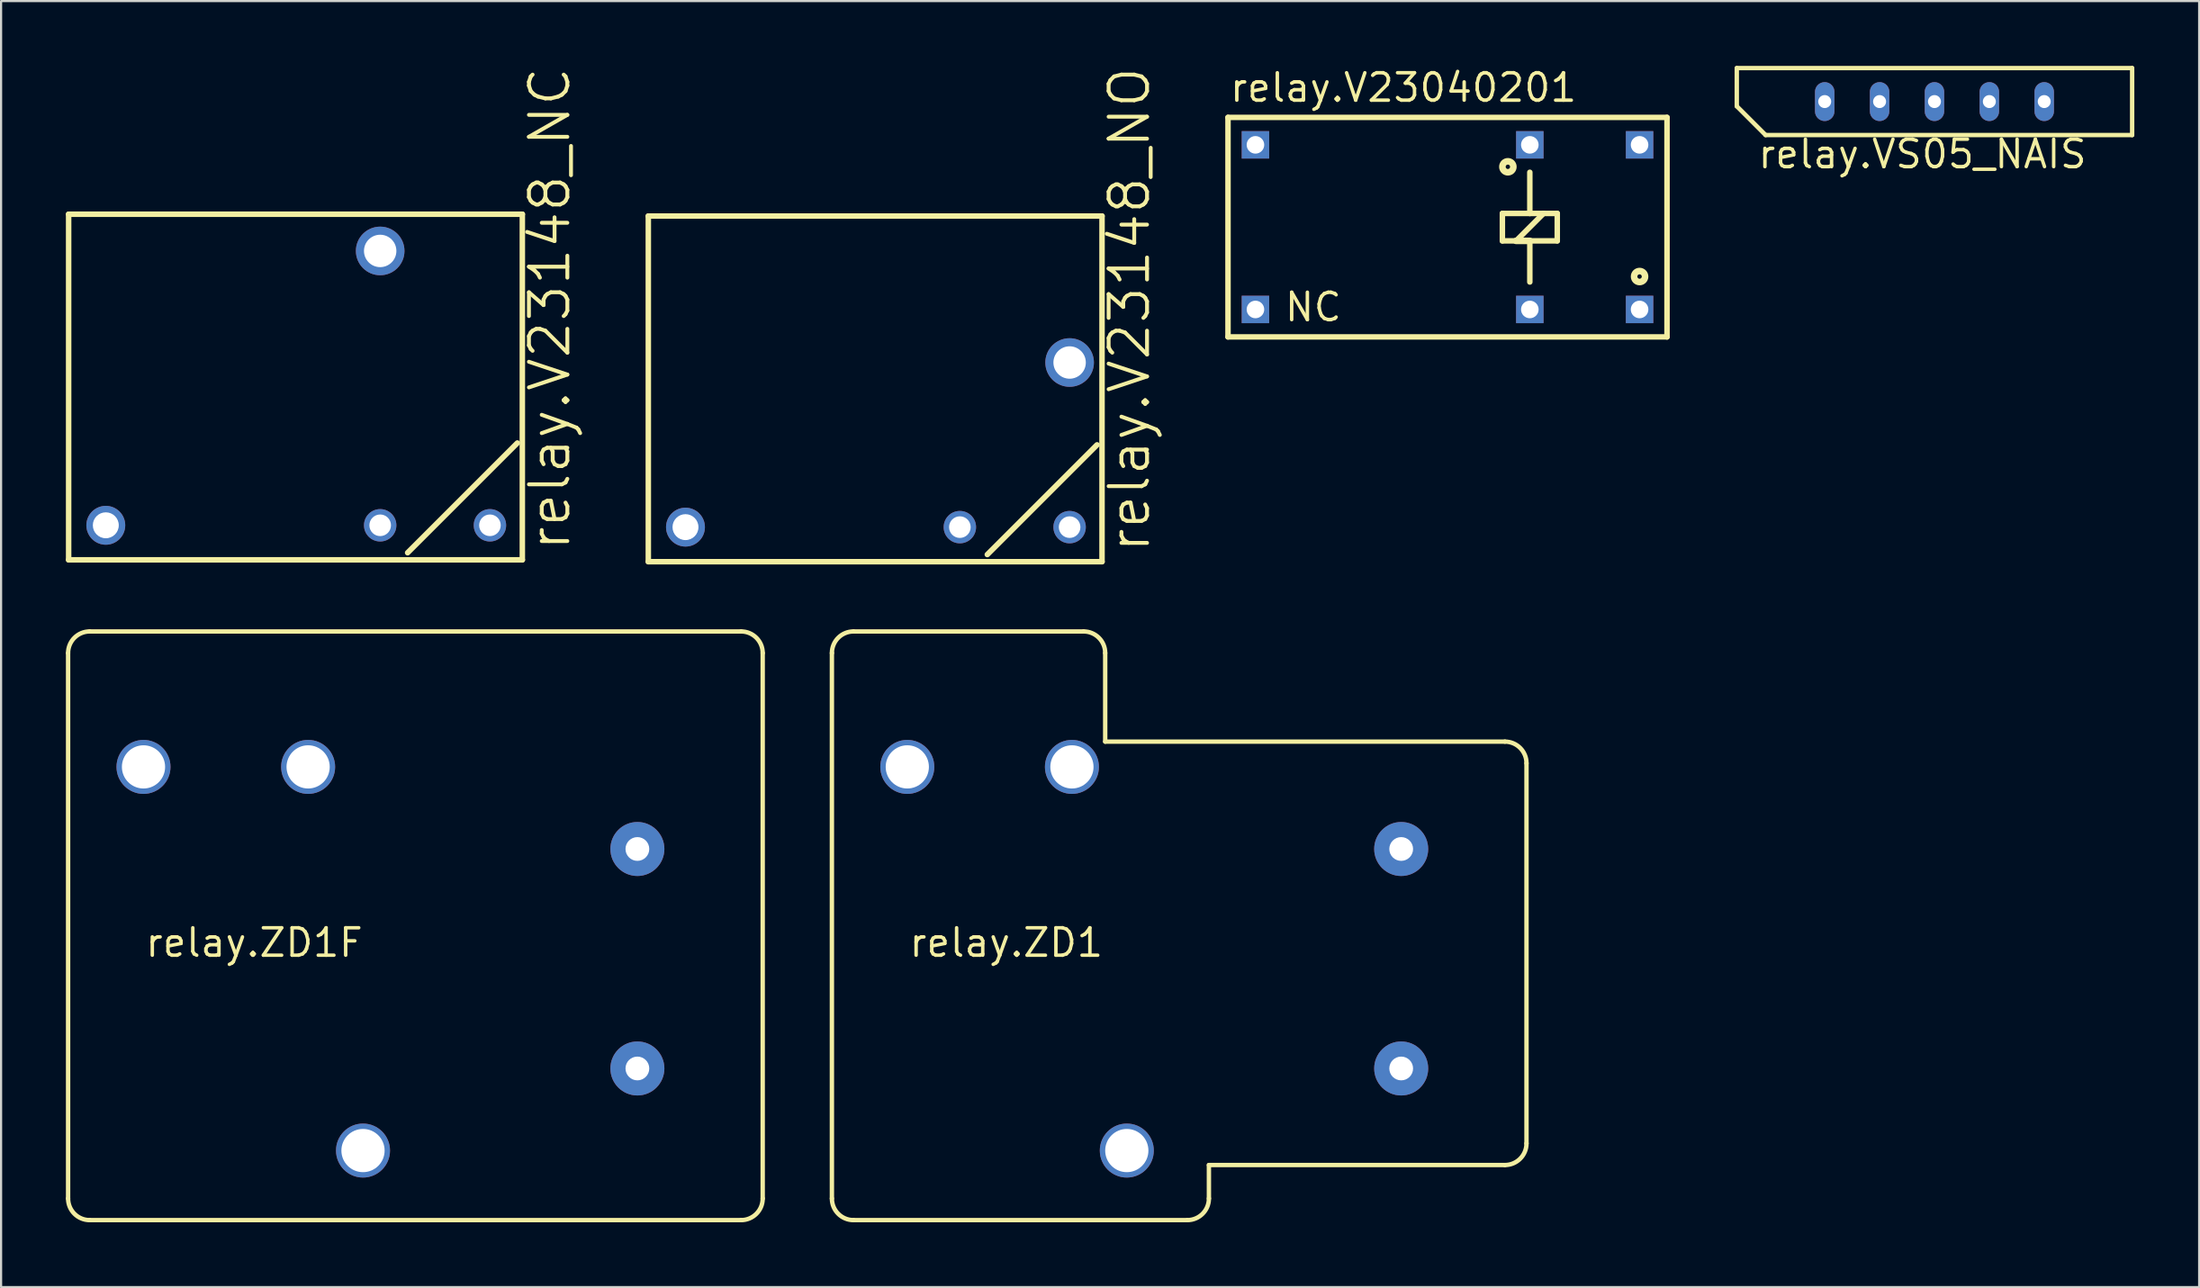
<source format=kicad_pcb>
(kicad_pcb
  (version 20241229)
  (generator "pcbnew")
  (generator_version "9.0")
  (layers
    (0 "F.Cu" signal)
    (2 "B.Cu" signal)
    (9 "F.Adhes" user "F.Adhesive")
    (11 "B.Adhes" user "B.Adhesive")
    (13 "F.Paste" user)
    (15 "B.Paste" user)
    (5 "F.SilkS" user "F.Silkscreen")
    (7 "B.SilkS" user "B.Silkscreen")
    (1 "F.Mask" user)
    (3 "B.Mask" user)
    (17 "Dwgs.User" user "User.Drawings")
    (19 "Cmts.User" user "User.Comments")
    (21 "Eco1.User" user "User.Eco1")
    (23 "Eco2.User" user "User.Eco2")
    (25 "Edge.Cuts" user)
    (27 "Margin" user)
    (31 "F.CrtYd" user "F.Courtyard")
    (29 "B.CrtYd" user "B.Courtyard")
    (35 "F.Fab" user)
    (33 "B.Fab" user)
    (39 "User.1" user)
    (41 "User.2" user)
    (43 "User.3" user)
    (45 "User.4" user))
  (footprint "relay.V23040201"
    (layer "F.Cu")
    (at 63.949 7.465)
    (property "Reference" "relay.V23040201" (at -10.16 -5.715 0) (layer "F.SilkS") (effects (font (size 1.27 1.27) (thickness 0.16)) (justify left bottom)))
    (attr through_hole)
    (fp_line (start -10.16 -5.08) (end -10.16 5.08) (stroke (width 0.254) (type default)) (layer "F.SilkS"))
    (fp_line (start -10.16 5.08) (end 10.16 5.08) (stroke (width 0.254) (type default)) (layer "F.SilkS"))
    (fp_line (start 2.54 -0.635) (end 2.54 0.635) (stroke (width 0.254) (type default)) (layer "F.SilkS"))
    (fp_line (start 2.54 0.635) (end 3.175 0.635) (stroke (width 0.254) (type default)) (layer "F.SilkS"))
    (fp_line (start 3.175 0.635) (end 3.81 0.635) (stroke (width 0.305) (type default)) (layer "F.SilkS"))
    (fp_line (start 3.175 0.635) (end 4.445 -0.635) (stroke (width 0.254) (type default)) (layer "F.SilkS"))
    (fp_line (start 3.81 -2.54) (end 3.81 -0.635) (stroke (width 0.254) (type default)) (layer "F.SilkS"))
    (fp_line (start 3.81 -0.635) (end 2.54 -0.635) (stroke (width 0.254) (type default)) (layer "F.SilkS"))
    (fp_line (start 3.81 0.635) (end 5.08 0.635) (stroke (width 0.254) (type default)) (layer "F.SilkS"))
    (fp_line (start 3.81 2.54) (end 3.81 0.635) (stroke (width 0.254) (type default)) (layer "F.SilkS"))
    (fp_line (start 4.445 -0.635) (end 3.81 -0.635) (stroke (width 0.254) (type default)) (layer "F.SilkS"))
    (fp_line (start 5.08 -0.635) (end 4.445 -0.635) (stroke (width 0.254) (type default)) (layer "F.SilkS"))
    (fp_line (start 5.08 0.635) (end 5.08 -0.635) (stroke (width 0.254) (type default)) (layer "F.SilkS"))
    (fp_line (start 10.16 -5.08) (end -10.16 -5.08) (stroke (width 0.254) (type default)) (layer "F.SilkS"))
    (fp_line (start 10.16 -5.08) (end 10.16 5.08) (stroke (width 0.254) (type default)) (layer "F.SilkS"))
    (fp_circle (center 2.794 -2.794) (end 3.048 -2.794) (stroke (width 0.305) (type default)) (fill no) (layer "F.SilkS"))
    (fp_circle (center 8.89 2.286) (end 9.144 2.286) (stroke (width 0.305) (type default)) (fill no) (layer "F.SilkS"))
    (fp_text user "NC" (at -7.62 4.445 0) (layer "F.SilkS") (effects (font (size 1.27 1.27) (thickness 0.16)) (justify left bottom)))
    (pad "1" thru_hole rect (at 3.81 -3.81) (size 1.27 1.27) (drill 0.813) (layers "*.Cu" "*.Mask"))
    (pad "2" thru_hole rect (at 3.81 3.81) (size 1.27 1.27) (drill 0.813) (layers "*.Cu" "*.Mask"))
    (pad "3" thru_hole rect (at -8.89 3.81) (size 1.27 1.27) (drill 0.813) (layers "*.Cu" "*.Mask"))
    (pad "4" thru_hole rect (at 8.89 -3.81) (size 1.27 1.27) (drill 0.813) (layers "*.Cu" "*.Mask"))
    (pad "5" thru_hole rect (at -8.89 -3.81) (size 1.27 1.27) (drill 0.813) (layers "*.Cu" "*.Mask"))
    (pad "6" thru_hole rect (at 8.89 3.81) (size 1.27 1.27) (drill 0.813) (layers "*.Cu" "*.Mask")))
  (footprint "relay.VS05_NAIS"
    (layer "F.Cu")
    (at 86.488 1.652)
    (property "Reference" "relay.VS05_NAIS" (at -8.255 3.175 0) (layer "F.SilkS") (effects (font (size 1.27 1.27) (thickness 0.16)) (justify left bottom)))
    (attr through_hole)
    (fp_line (start -9.15 -1.55) (end 9.15 -1.55) (stroke (width 0.203) (type default)) (layer "F.SilkS"))
    (fp_line (start -9.15 0.215) (end -9.15 -1.55) (stroke (width 0.203) (type default)) (layer "F.SilkS"))
    (fp_line (start -7.815 1.55) (end -9.15 0.215) (stroke (width 0.203) (type default)) (layer "F.SilkS"))
    (fp_line (start 9.15 -1.55) (end 9.15 1.55) (stroke (width 0.203) (type default)) (layer "F.SilkS"))
    (fp_line (start 9.15 1.55) (end -7.815 1.55) (stroke (width 0.203) (type default)) (layer "F.SilkS"))
    (pad "1" thru_hole oval (at -5.08 0 90) (size 1.8 0.9) (drill 0.6) (layers "*.Cu" "*.Mask"))
    (pad "2" thru_hole oval (at -2.54 0 90) (size 1.8 0.9) (drill 0.6) (layers "*.Cu" "*.Mask"))
    (pad "3" thru_hole oval (at 0 0 90) (size 1.8 0.9) (drill 0.6) (layers "*.Cu" "*.Mask"))
    (pad "4" thru_hole oval (at 2.54 0 90) (size 1.8 0.9) (drill 0.6) (layers "*.Cu" "*.Mask"))
    (pad "5" thru_hole oval (at 5.08 0 90) (size 1.8 0.9) (drill 0.6) (layers "*.Cu" "*.Mask")))
  (footprint "relay.ZD1F"
    (layer "F.Cu")
    (at 16.292 41.33)
    (property "Reference" "relay.ZD1F" (at -12.7 0 0) (layer "F.SilkS") (effects (font (size 1.27 1.27) (thickness 0.16)) (justify left bottom)))
    (attr through_hole)
    (fp_line (start -16.19 -14.15) (end -16.19 11.1) (stroke (width 0.203) (type default)) (layer "F.SilkS"))
    (fp_line (start -15.19 12.1) (end 14.96 12.1) (stroke (width 0.203) (type default)) (layer "F.SilkS"))
    (fp_line (start 14.96 -15.15) (end -15.19 -15.15) (stroke (width 0.203) (type default)) (layer "F.SilkS"))
    (fp_line (start 15.96 11.1) (end 15.96 -14.15) (stroke (width 0.203) (type default)) (layer "F.SilkS"))
    (fp_arc (start -16.19 -14.15) (mid -15.897107 -14.857107) (end -15.19 -15.15) (stroke (width 0.2032) (type default)) (layer "F.SilkS"))
    (fp_arc (start -15.19 12.1) (mid -15.897107 11.807107) (end -16.19 11.1) (stroke (width 0.2032) (type default)) (layer "F.SilkS"))
    (fp_arc (start 14.96 -15.15) (mid 15.667107 -14.857107) (end 15.96 -14.15) (stroke (width 0.2032) (type default)) (layer "F.SilkS"))
    (fp_arc (start 15.96 11.1) (mid 15.667107 11.807107) (end 14.96 12.1) (stroke (width 0.2032) (type default)) (layer "F.SilkS"))
    (pad "11" thru_hole circle (at -2.54 8.88 180) (size 2.5 2.5) (drill 2) (layers "*.Cu" "*.Mask"))
    (pad "12" thru_hole circle (at -12.7 -8.88 180) (size 2.5 2.5) (drill 2) (layers "*.Cu" "*.Mask"))
    (pad "14" thru_hole circle (at -5.08 -8.88 180) (size 2.5 2.5) (drill 2) (layers "*.Cu" "*.Mask"))
    (pad "A1" thru_hole circle (at 10.16 -5.08 180) (size 2.5 2.5) (drill 1.1) (layers "*.Cu" "*.Mask"))
    (pad "A2" thru_hole circle (at 10.16 5.08 180) (size 2.5 2.5) (drill 1.1) (layers "*.Cu" "*.Mask")))
  (footprint "relay.V23148_NC"
    (layer "F.Cu")
    (at 10.737 14.916)
    (property "Reference" "relay.V23148_NC" (at 12.7 7.62 90) (layer "F.SilkS") (effects (font (size 1.778 1.778) (thickness 0.18)) (justify left bottom)))
    (attr through_hole)
    (fp_line (start -10.61 -8.05) (end -10.61 7.95) (stroke (width 0.254) (type default)) (layer "F.SilkS"))
    (fp_line (start -10.61 7.95) (end 10.39 7.95) (stroke (width 0.254) (type default)) (layer "F.SilkS"))
    (fp_line (start 5.08 7.62) (end 10.16 2.54) (stroke (width 0.254) (type default)) (layer "F.SilkS"))
    (fp_line (start 10.39 -8.05) (end -10.61 -8.05) (stroke (width 0.254) (type default)) (layer "F.SilkS"))
    (fp_line (start 10.39 7.95) (end 10.39 -8.05) (stroke (width 0.254) (type default)) (layer "F.SilkS"))
    (pad "11" thru_hole circle (at -8.89 6.35) (size 1.8 1.8) (drill 1.2) (layers "*.Cu" "*.Mask"))
    (pad "12" thru_hole circle (at 3.81 -6.35) (size 2.25 2.25) (drill 1.5) (layers "*.Cu" "*.Mask"))
    (pad "A1" thru_hole circle (at 8.89 6.35) (size 1.5 1.5) (drill 1) (layers "*.Cu" "*.Mask"))
    (pad "A2" thru_hole circle (at 3.81 6.35) (size 1.5 1.5) (drill 1) (layers "*.Cu" "*.Mask")))
  (footprint "relay.ZD1"
    (layer "F.Cu")
    (at 51.645 41.33)
    (property "Reference" "relay.ZD1" (at -12.7 0 0) (layer "F.SilkS") (effects (font (size 1.27 1.27) (thickness 0.16)) (justify left bottom)))
    (attr through_hole)
    (fp_line (start -16.19 -14.15) (end -16.19 11.1) (stroke (width 0.203) (type default)) (layer "F.SilkS"))
    (fp_line (start -15.19 12.1) (end 0.26 12.1) (stroke (width 0.203) (type default)) (layer "F.SilkS"))
    (fp_line (start -4.54 -15.15) (end -15.19 -15.15) (stroke (width 0.203) (type default)) (layer "F.SilkS"))
    (fp_line (start -3.54 -10.05) (end -3.54 -14.15) (stroke (width 0.203) (type default)) (layer "F.SilkS"))
    (fp_line (start 1.26 9.55) (end 14.96 9.55) (stroke (width 0.203) (type default)) (layer "F.SilkS"))
    (fp_line (start 1.26 11.1) (end 1.26 9.55) (stroke (width 0.203) (type default)) (layer "F.SilkS"))
    (fp_line (start 14.96 -10.05) (end -3.54 -10.05) (stroke (width 0.203) (type default)) (layer "F.SilkS"))
    (fp_line (start 15.96 8.55) (end 15.96 -9.05) (stroke (width 0.203) (type default)) (layer "F.SilkS"))
    (fp_arc (start -16.19 -14.15) (mid -15.897107 -14.857107) (end -15.19 -15.15) (stroke (width 0.2032) (type default)) (layer "F.SilkS"))
    (fp_arc (start -15.19 12.1) (mid -15.897107 11.807107) (end -16.19 11.1) (stroke (width 0.2032) (type default)) (layer "F.SilkS"))
    (fp_arc (start -4.54 -15.15) (mid -3.832893 -14.857107) (end -3.54 -14.15) (stroke (width 0.2032) (type default)) (layer "F.SilkS"))
    (fp_arc (start 1.26 11.1) (mid 0.967107 11.807107) (end 0.26 12.1) (stroke (width 0.2032) (type default)) (layer "F.SilkS"))
    (fp_arc (start 14.96 -10.05) (mid 15.667107 -9.757107) (end 15.96 -9.05) (stroke (width 0.2032) (type default)) (layer "F.SilkS"))
    (fp_arc (start 15.96 8.55) (mid 15.667107 9.257107) (end 14.96 9.55) (stroke (width 0.2032) (type default)) (layer "F.SilkS"))
    (pad "11" thru_hole circle (at -2.54 8.88 180) (size 2.5 2.5) (drill 2) (layers "*.Cu" "*.Mask"))
    (pad "12" thru_hole circle (at -12.7 -8.88 180) (size 2.5 2.5) (drill 2) (layers "*.Cu" "*.Mask"))
    (pad "14" thru_hole circle (at -5.08 -8.88 180) (size 2.5 2.5) (drill 2) (layers "*.Cu" "*.Mask"))
    (pad "A1" thru_hole circle (at 10.16 -5.08 180) (size 2.5 2.5) (drill 1.1) (layers "*.Cu" "*.Mask"))
    (pad "A2" thru_hole circle (at 10.16 5.08 180) (size 2.5 2.5) (drill 1.1) (layers "*.Cu" "*.Mask")))
  (footprint "relay.V23148_NO"
    (layer "F.Cu")
    (at 37.568 15.001)
    (property "Reference" "relay.V23148_NO" (at 12.7 7.62 90) (layer "F.SilkS") (effects (font (size 1.778 1.778) (thickness 0.18)) (justify left bottom)))
    (attr through_hole)
    (fp_line (start -10.61 -8.05) (end -10.61 7.95) (stroke (width 0.254) (type default)) (layer "F.SilkS"))
    (fp_line (start -10.61 7.95) (end 10.39 7.95) (stroke (width 0.254) (type default)) (layer "F.SilkS"))
    (fp_line (start 5.08 7.62) (end 10.16 2.54) (stroke (width 0.254) (type default)) (layer "F.SilkS"))
    (fp_line (start 10.39 -8.05) (end -10.61 -8.05) (stroke (width 0.254) (type default)) (layer "F.SilkS"))
    (fp_line (start 10.39 7.95) (end 10.39 -8.05) (stroke (width 0.254) (type default)) (layer "F.SilkS"))
    (pad "11" thru_hole circle (at -8.89 6.35) (size 1.8 1.8) (drill 1.2) (layers "*.Cu" "*.Mask"))
    (pad "14" thru_hole circle (at 8.89 -1.27) (size 2.25 2.25) (drill 1.5) (layers "*.Cu" "*.Mask"))
    (pad "A1" thru_hole circle (at 8.89 6.35) (size 1.5 1.5) (drill 1) (layers "*.Cu" "*.Mask"))
    (pad "A2" thru_hole circle (at 3.81 6.35) (size 1.5 1.5) (drill 1) (layers "*.Cu" "*.Mask")))
  (gr_rect
    (start -3 -3)
    (end 98.739 56.531)
    (stroke (width 0.1) (type default))
    (fill no)
    (layer "Edge.Cuts")))
</source>
